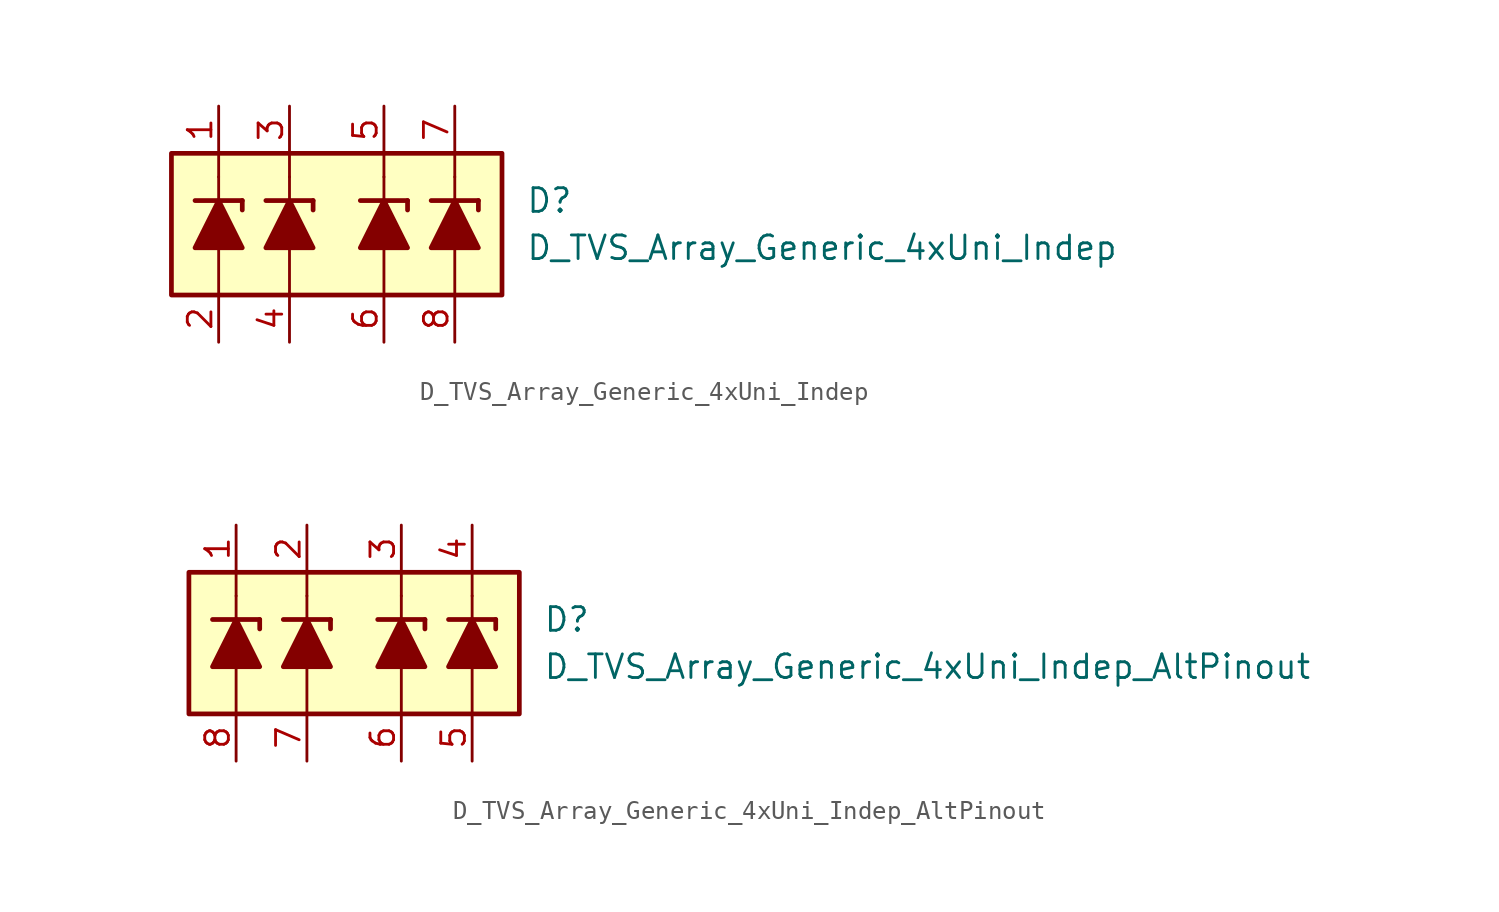
<source format=kicad_sym>
(kicad_symbol_lib
  (version 20231120)
  (generator "kicad_symbol_editor")
  (generator_version "8.0")
  (symbol "D_TVS_Array_Generic_4xUni_Indep"
    (pin_names
      (offset 1.016) hide)
    (property "Reference" "D"
      (at 10.16 1.27 0)
      (effects (font (size 1.27 1.27)) (justify left)))
    (property "Value" "D_TVS_Array_Generic_4xUni_Indep"
      (at 10.16 -1.27 0)
      (effects (font (size 1.27 1.27)) (justify left)))
    (symbol "D_TVS_Array_Generic_4xUni_Indep_0_1"
      (polyline (pts (xy -6.35 -3.81) (xy -6.35 -1.27)) (stroke (width 0) (type default)) (fill (type none)))
      (polyline (pts (xy -6.35 1.27) (xy -6.35 2.54)) (stroke (width 0) (type default)) (fill (type none)))
      (polyline (pts (xy -6.35 2.54) (xy -6.35 3.81)) (stroke (width 0) (type default)) (fill (type none)))
      (polyline (pts (xy -2.54 -3.81) (xy -2.54 -1.27)) (stroke (width 0) (type default)) (fill (type none)))
      (polyline (pts (xy -2.54 1.27) (xy -2.54 2.54)) (stroke (width 0) (type default)) (fill (type none)))
      (polyline (pts (xy -2.54 2.54) (xy -2.54 3.81)) (stroke (width 0) (type default)) (fill (type none)))
      (polyline (pts (xy 2.54 -3.81) (xy 2.54 -1.27)) (stroke (width 0) (type default)) (fill (type none)))
      (polyline (pts (xy 2.54 1.27) (xy 2.54 2.54)) (stroke (width 0) (type default)) (fill (type none)))
      (polyline (pts (xy 2.54 2.54) (xy 2.54 3.81)) (stroke (width 0) (type default)) (fill (type none)))
      (polyline (pts (xy 6.35 -3.81) (xy 6.35 -1.27)) (stroke (width 0) (type default)) (fill (type none)))
      (polyline (pts (xy 6.35 1.27) (xy 6.35 2.54)) (stroke (width 0) (type default)) (fill (type none)))
      (polyline (pts (xy 6.35 2.54) (xy 6.35 3.81)) (stroke (width 0) (type default)) (fill (type none)))
      (rectangle (start 8.89 3.81) (end -8.89 -3.81) (stroke (width 0.254) (type default)) (fill (type background))))
    (symbol "D_TVS_Array_Generic_4xUni_Indep_1_1"
      (polyline (pts (xy -7.62 1.27) (xy -5.08 1.27)) (stroke (width 0.254) (type default)) (fill (type none)))
      (polyline (pts (xy -6.35 -1.27) (xy -6.35 1.27)) (stroke (width 0) (type default)) (fill (type none)))
      (polyline (pts (xy -5.08 1.27) (xy -5.08 0.762)) (stroke (width 0.254) (type default)) (fill (type none)))
      (polyline (pts (xy -3.81 1.27) (xy -1.27 1.27)) (stroke (width 0.254) (type default)) (fill (type none)))
      (polyline (pts (xy -2.54 -1.27) (xy -2.54 1.27)) (stroke (width 0) (type default)) (fill (type none)))
      (polyline (pts (xy -1.27 1.27) (xy -1.27 0.762)) (stroke (width 0.254) (type default)) (fill (type none)))
      (polyline (pts (xy 1.27 1.27) (xy 3.81 1.27)) (stroke (width 0.254) (type default)) (fill (type none)))
      (polyline (pts (xy 2.54 -1.27) (xy 2.54 1.27)) (stroke (width 0) (type default)) (fill (type none)))
      (polyline (pts (xy 3.81 1.27) (xy 3.81 0.762)) (stroke (width 0.254) (type default)) (fill (type none)))
      (polyline (pts (xy 5.08 1.27) (xy 7.62 1.27)) (stroke (width 0.254) (type default)) (fill (type none)))
      (polyline (pts (xy 6.35 -1.27) (xy 6.35 1.27)) (stroke (width 0) (type default)) (fill (type none)))
      (polyline (pts (xy 7.62 1.27) (xy 7.62 0.762)) (stroke (width 0.254) (type default)) (fill (type none)))
      (polyline (pts (xy -5.08 -1.27) (xy -7.62 -1.27) (xy -6.35 1.27) (xy -5.08 -1.27)) (stroke (width 0.254) (type default)) (fill (type outline)))
      (polyline (pts (xy -1.27 -1.27) (xy -3.81 -1.27) (xy -2.54 1.27) (xy -1.27 -1.27)) (stroke (width 0.254) (type default)) (fill (type outline)))
      (polyline (pts (xy 3.81 -1.27) (xy 1.27 -1.27) (xy 2.54 1.27) (xy 3.81 -1.27)) (stroke (width 0.254) (type default)) (fill (type outline)))
      (polyline (pts (xy 7.62 -1.27) (xy 5.08 -1.27) (xy 6.35 1.27) (xy 7.62 -1.27)) (stroke (width 0.254) (type default)) (fill (type outline)))
      (pin passive line (at -6.35 6.35 270) (length 2.54) (name "1K" (effects (font (size 1.27 1.27)))) (number "1" (effects (font (size 1.27 1.27)))))
      (pin passive line (at -6.35 -6.35 90) (length 2.54) (name "1A" (effects (font (size 1.27 1.27)))) (number "2" (effects (font (size 1.27 1.27)))))
      (pin passive line (at -2.54 6.35 270) (length 2.54) (name "2K" (effects (font (size 1.27 1.27)))) (number "3" (effects (font (size 1.27 1.27)))))
      (pin passive line (at -2.54 -6.35 90) (length 2.54) (name "2A" (effects (font (size 1.27 1.27)))) (number "4" (effects (font (size 1.27 1.27)))))
      (pin passive line (at 2.54 6.35 270) (length 2.54) (name "K3" (effects (font (size 1.27 1.27)))) (number "5" (effects (font (size 1.27 1.27)))))
      (pin passive line (at 2.54 -6.35 90) (length 2.54) (name "A3" (effects (font (size 1.27 1.27)))) (number "6" (effects (font (size 1.27 1.27)))))
      (pin passive line (at 6.35 6.35 270) (length 2.54) (name "K4" (effects (font (size 1.27 1.27)))) (number "7" (effects (font (size 1.27 1.27)))))
      (pin passive line (at 6.35 -6.35 90) (length 2.54) (name "A4" (effects (font (size 1.27 1.27)))) (number "8" (effects (font (size 1.27 1.27)))))))
  (symbol "D_TVS_Array_Generic_4xUni_Indep_AltPinout"
    (pin_names
      (offset 1.016) hide)
    (property "Reference" "D"
      (at 10.16 1.27 0)
      (effects (font (size 1.27 1.27)) (justify left)))
    (property "Value" "D_TVS_Array_Generic_4xUni_Indep_AltPinout"
      (at 10.16 -1.27 0)
      (effects (font (size 1.27 1.27)) (justify left)))
    (symbol "D_TVS_Array_Generic_4xUni_Indep_AltPinout_0_1"
      (polyline (pts (xy -6.35 -3.81) (xy -6.35 -1.27)) (stroke (width 0) (type default)) (fill (type none)))
      (polyline (pts (xy -6.35 1.27) (xy -6.35 2.54)) (stroke (width 0) (type default)) (fill (type none)))
      (polyline (pts (xy -6.35 2.54) (xy -6.35 3.81)) (stroke (width 0) (type default)) (fill (type none)))
      (polyline (pts (xy -2.54 -3.81) (xy -2.54 -1.27)) (stroke (width 0) (type default)) (fill (type none)))
      (polyline (pts (xy -2.54 1.27) (xy -2.54 2.54)) (stroke (width 0) (type default)) (fill (type none)))
      (polyline (pts (xy -2.54 2.54) (xy -2.54 3.81)) (stroke (width 0) (type default)) (fill (type none)))
      (polyline (pts (xy 2.54 -3.81) (xy 2.54 -1.27)) (stroke (width 0) (type default)) (fill (type none)))
      (polyline (pts (xy 2.54 1.27) (xy 2.54 2.54)) (stroke (width 0) (type default)) (fill (type none)))
      (polyline (pts (xy 2.54 2.54) (xy 2.54 3.81)) (stroke (width 0) (type default)) (fill (type none)))
      (polyline (pts (xy 6.35 -3.81) (xy 6.35 -1.27)) (stroke (width 0) (type default)) (fill (type none)))
      (polyline (pts (xy 6.35 1.27) (xy 6.35 2.54)) (stroke (width 0) (type default)) (fill (type none)))
      (polyline (pts (xy 6.35 2.54) (xy 6.35 3.81)) (stroke (width 0) (type default)) (fill (type none)))
      (rectangle (start 8.89 3.81) (end -8.89 -3.81) (stroke (width 0.254) (type default)) (fill (type background))))
    (symbol "D_TVS_Array_Generic_4xUni_Indep_AltPinout_1_1"
      (polyline (pts (xy -7.62 1.27) (xy -5.08 1.27)) (stroke (width 0.254) (type default)) (fill (type none)))
      (polyline (pts (xy -6.35 -1.27) (xy -6.35 1.27)) (stroke (width 0) (type default)) (fill (type none)))
      (polyline (pts (xy -5.08 1.27) (xy -5.08 0.762)) (stroke (width 0.254) (type default)) (fill (type none)))
      (polyline (pts (xy -3.81 1.27) (xy -1.27 1.27)) (stroke (width 0.254) (type default)) (fill (type none)))
      (polyline (pts (xy -2.54 -1.27) (xy -2.54 1.27)) (stroke (width 0) (type default)) (fill (type none)))
      (polyline (pts (xy -1.27 1.27) (xy -1.27 0.762)) (stroke (width 0.254) (type default)) (fill (type none)))
      (polyline (pts (xy 1.27 1.27) (xy 3.81 1.27)) (stroke (width 0.254) (type default)) (fill (type none)))
      (polyline (pts (xy 2.54 -1.27) (xy 2.54 1.27)) (stroke (width 0) (type default)) (fill (type none)))
      (polyline (pts (xy 3.81 1.27) (xy 3.81 0.762)) (stroke (width 0.254) (type default)) (fill (type none)))
      (polyline (pts (xy 5.08 1.27) (xy 7.62 1.27)) (stroke (width 0.254) (type default)) (fill (type none)))
      (polyline (pts (xy 6.35 -1.27) (xy 6.35 1.27)) (stroke (width 0) (type default)) (fill (type none)))
      (polyline (pts (xy 7.62 1.27) (xy 7.62 0.762)) (stroke (width 0.254) (type default)) (fill (type none)))
      (polyline (pts (xy -5.08 -1.27) (xy -7.62 -1.27) (xy -6.35 1.27) (xy -5.08 -1.27)) (stroke (width 0.254) (type default)) (fill (type outline)))
      (polyline (pts (xy -1.27 -1.27) (xy -3.81 -1.27) (xy -2.54 1.27) (xy -1.27 -1.27)) (stroke (width 0.254) (type default)) (fill (type outline)))
      (polyline (pts (xy 3.81 -1.27) (xy 1.27 -1.27) (xy 2.54 1.27) (xy 3.81 -1.27)) (stroke (width 0.254) (type default)) (fill (type outline)))
      (polyline (pts (xy 7.62 -1.27) (xy 5.08 -1.27) (xy 6.35 1.27) (xy 7.62 -1.27)) (stroke (width 0.254) (type default)) (fill (type outline)))
      (pin passive line (at -6.35 6.35 270) (length 2.54) (name "1K" (effects (font (size 1.27 1.27)))) (number "1" (effects (font (size 1.27 1.27)))))
      (pin passive line (at -2.54 6.35 270) (length 2.54) (name "2K" (effects (font (size 1.27 1.27)))) (number "2" (effects (font (size 1.27 1.27)))))
      (pin passive line (at 2.54 6.35 270) (length 2.54) (name "K3" (effects (font (size 1.27 1.27)))) (number "3" (effects (font (size 1.27 1.27)))))
      (pin passive line (at 6.35 6.35 270) (length 2.54) (name "K4" (effects (font (size 1.27 1.27)))) (number "4" (effects (font (size 1.27 1.27)))))
      (pin passive line (at 6.35 -6.35 90) (length 2.54) (name "A4" (effects (font (size 1.27 1.27)))) (number "5" (effects (font (size 1.27 1.27)))))
      (pin passive line (at 2.54 -6.35 90) (length 2.54) (name "A3" (effects (font (size 1.27 1.27)))) (number "6" (effects (font (size 1.27 1.27)))))
      (pin passive line (at -2.54 -6.35 90) (length 2.54) (name "2A" (effects (font (size 1.27 1.27)))) (number "7" (effects (font (size 1.27 1.27)))))
      (pin passive line (at -6.35 -6.35 90) (length 2.54) (name "1A" (effects (font (size 1.27 1.27)))) (number "8" (effects (font (size 1.27 1.27))))))))
</source>
